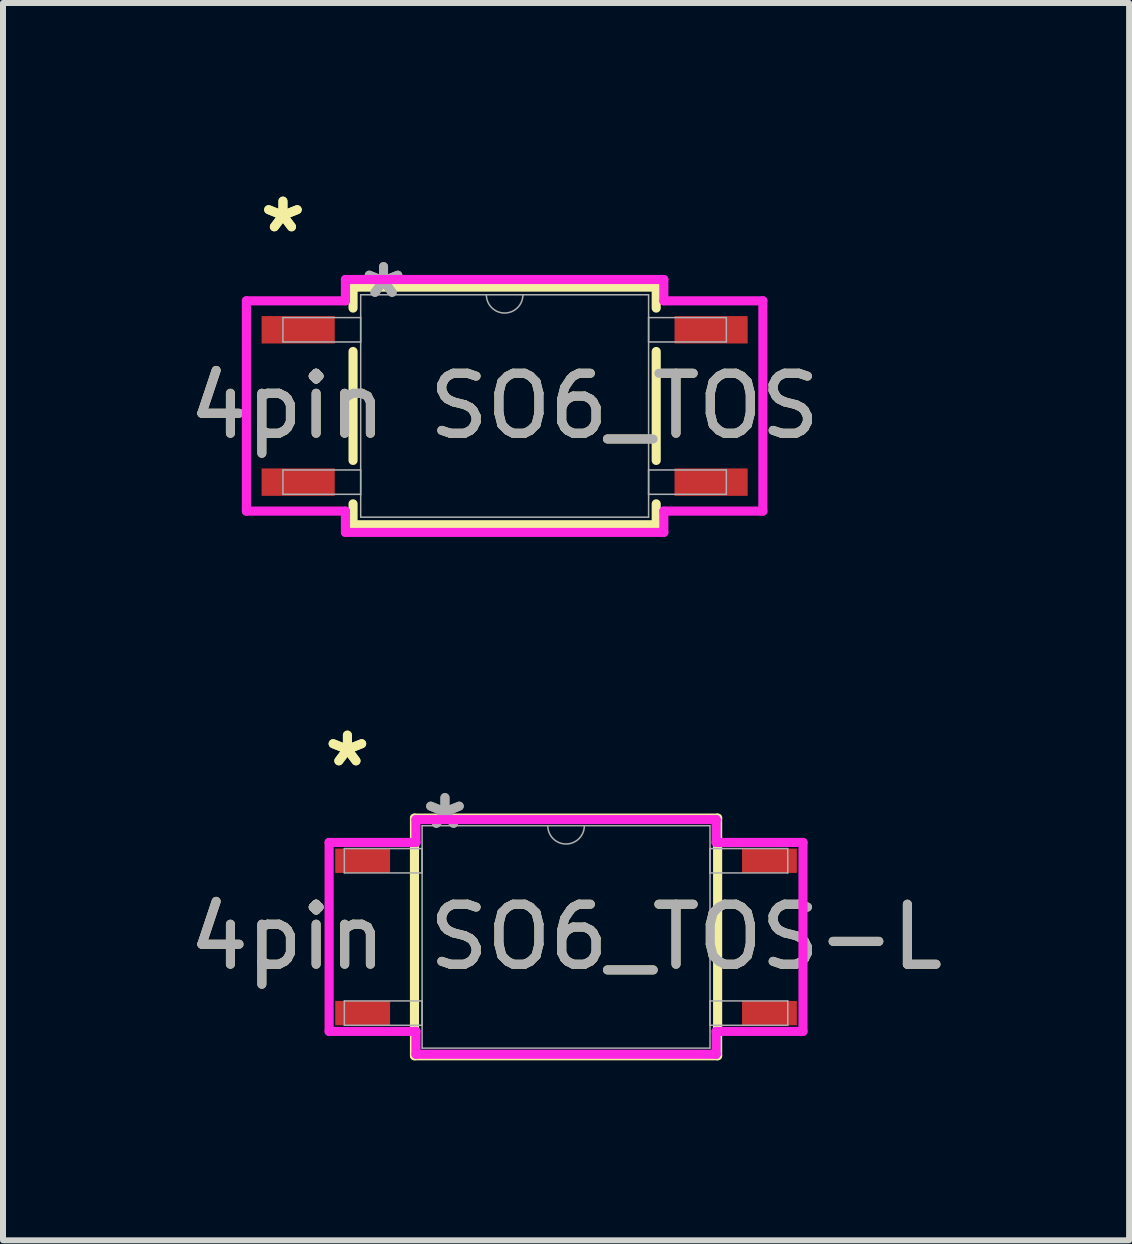
<source format=kicad_pcb>
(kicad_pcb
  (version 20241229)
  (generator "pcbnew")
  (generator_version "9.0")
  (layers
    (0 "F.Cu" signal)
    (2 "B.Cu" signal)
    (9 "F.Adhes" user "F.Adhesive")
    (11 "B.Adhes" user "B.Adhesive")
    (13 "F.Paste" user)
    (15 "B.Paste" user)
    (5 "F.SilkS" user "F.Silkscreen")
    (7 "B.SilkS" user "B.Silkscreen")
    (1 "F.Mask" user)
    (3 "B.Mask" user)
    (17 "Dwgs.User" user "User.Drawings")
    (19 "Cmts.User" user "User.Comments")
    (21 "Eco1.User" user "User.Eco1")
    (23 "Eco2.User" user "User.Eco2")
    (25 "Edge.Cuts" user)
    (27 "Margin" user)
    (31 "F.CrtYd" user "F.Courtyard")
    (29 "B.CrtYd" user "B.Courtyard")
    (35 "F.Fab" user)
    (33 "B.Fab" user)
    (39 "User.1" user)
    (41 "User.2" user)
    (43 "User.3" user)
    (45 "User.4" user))
  (footprint "4pin SO6_TOS-L"
    (layer "F.Cu")
    (at 6.387 12.57)
    (property "Reference" "4pin SO6_TOS-L" (at 0 0 0) (unlocked yes) (layer "F.SilkS") (effects (font (size 1 1) (thickness 0.15))))
    (attr smd)
    (fp_line (start -2.527 -1.981) (end -2.527 1.981) (stroke (width 0.152) (type solid)) (layer "F.SilkS"))
    (fp_line (start -2.527 1.981) (end 2.527 1.981) (stroke (width 0.152) (type solid)) (layer "F.SilkS"))
    (fp_line (start 2.527 -1.981) (end -2.527 -1.981) (stroke (width 0.152) (type solid)) (layer "F.SilkS"))
    (fp_line (start 2.527 1.981) (end 2.527 -1.981) (stroke (width 0.152) (type solid)) (layer "F.SilkS"))
    (fp_line (start -3.95 -1.575) (end -2.502 -1.575) (stroke (width 0.152) (type solid)) (layer "F.CrtYd"))
    (fp_line (start -3.95 1.575) (end -3.95 -1.575) (stroke (width 0.152) (type solid)) (layer "F.CrtYd"))
    (fp_line (start -3.95 1.575) (end -2.502 1.575) (stroke (width 0.152) (type solid)) (layer "F.CrtYd"))
    (fp_line (start -2.502 -1.956) (end 2.502 -1.956) (stroke (width 0.152) (type solid)) (layer "F.CrtYd"))
    (fp_line (start -2.502 -1.575) (end -2.502 -1.956) (stroke (width 0.152) (type solid)) (layer "F.CrtYd"))
    (fp_line (start -2.502 1.956) (end -2.502 1.575) (stroke (width 0.152) (type solid)) (layer "F.CrtYd"))
    (fp_line (start 2.502 -1.956) (end 2.502 -1.575) (stroke (width 0.152) (type solid)) (layer "F.CrtYd"))
    (fp_line (start 2.502 1.575) (end 2.502 1.956) (stroke (width 0.152) (type solid)) (layer "F.CrtYd"))
    (fp_line (start 2.502 1.956) (end -2.502 1.956) (stroke (width 0.152) (type solid)) (layer "F.CrtYd"))
    (fp_line (start 3.95 -1.575) (end 2.502 -1.575) (stroke (width 0.152) (type solid)) (layer "F.CrtYd"))
    (fp_line (start 3.95 -1.575) (end 3.95 1.575) (stroke (width 0.152) (type solid)) (layer "F.CrtYd"))
    (fp_line (start 3.95 1.575) (end 2.502 1.575) (stroke (width 0.152) (type solid)) (layer "F.CrtYd"))
    (fp_line (start -3.696 -1.473) (end -3.696 -1.067) (stroke (width 0.025) (type solid)) (layer "F.Fab"))
    (fp_line (start -3.696 -1.067) (end -2.4 -1.067) (stroke (width 0.025) (type solid)) (layer "F.Fab"))
    (fp_line (start -3.696 1.067) (end -3.696 1.473) (stroke (width 0.025) (type solid)) (layer "F.Fab"))
    (fp_line (start -3.696 1.473) (end -2.4 1.473) (stroke (width 0.025) (type solid)) (layer "F.Fab"))
    (fp_line (start -2.4 -1.854) (end -2.4 1.854) (stroke (width 0.025) (type solid)) (layer "F.Fab"))
    (fp_line (start -2.4 -1.473) (end -3.696 -1.473) (stroke (width 0.025) (type solid)) (layer "F.Fab"))
    (fp_line (start -2.4 -1.067) (end -2.4 -1.473) (stroke (width 0.025) (type solid)) (layer "F.Fab"))
    (fp_line (start -2.4 1.067) (end -3.696 1.067) (stroke (width 0.025) (type solid)) (layer "F.Fab"))
    (fp_line (start -2.4 1.473) (end -2.4 1.067) (stroke (width 0.025) (type solid)) (layer "F.Fab"))
    (fp_line (start -2.4 1.854) (end 2.4 1.854) (stroke (width 0.025) (type solid)) (layer "F.Fab"))
    (fp_line (start 2.4 -1.854) (end -2.4 -1.854) (stroke (width 0.025) (type solid)) (layer "F.Fab"))
    (fp_line (start 2.4 -1.473) (end 2.4 -1.067) (stroke (width 0.025) (type solid)) (layer "F.Fab"))
    (fp_line (start 2.4 -1.067) (end 3.696 -1.067) (stroke (width 0.025) (type solid)) (layer "F.Fab"))
    (fp_line (start 2.4 1.067) (end 2.4 1.473) (stroke (width 0.025) (type solid)) (layer "F.Fab"))
    (fp_line (start 2.4 1.473) (end 3.696 1.473) (stroke (width 0.025) (type solid)) (layer "F.Fab"))
    (fp_line (start 2.4 1.854) (end 2.4 -1.854) (stroke (width 0.025) (type solid)) (layer "F.Fab"))
    (fp_line (start 3.696 -1.473) (end 2.4 -1.473) (stroke (width 0.025) (type solid)) (layer "F.Fab"))
    (fp_line (start 3.696 -1.067) (end 3.696 -1.473) (stroke (width 0.025) (type solid)) (layer "F.Fab"))
    (fp_line (start 3.696 1.067) (end 2.4 1.067) (stroke (width 0.025) (type solid)) (layer "F.Fab"))
    (fp_line (start 3.696 1.473) (end 3.696 1.067) (stroke (width 0.025) (type solid)) (layer "F.Fab"))
    (fp_arc (start 0.3048 -1.8542) (mid 0 -1.5494) (end -0.3048 -1.8542) (stroke (width 0.0254) (type solid)) (layer "F.Fab"))
    (fp_text user "*" (at -3.645 -2.819 0) (unlocked yes) (layer "F.SilkS") (effects (font (size 1 1) (thickness 0.15))))
    (fp_text user "*" (at -3.645 -2.819 0) (layer "F.SilkS") (effects (font (size 1 1) (thickness 0.15))))
    (fp_text user "*" (at -2.019 -1.778 0) (layer "F.Fab") (effects (font (size 1 1) (thickness 0.15))))
    (fp_text user "*" (at -2.019 -1.778 0) (unlocked yes) (layer "F.Fab") (effects (font (size 1 1) (thickness 0.15))))
    (fp_text user "${REFERENCE}" (at 0 0 0) (unlocked yes) (layer "F.Fab") (effects (font (size 1 1) (thickness 0.15))))
    (pad "1" smd rect (at -3.391 -1.27) (size 0.914 0.406) (layers "F.Cu" "F.Mask" "F.Paste"))
    (pad "2" smd rect (at -3.391 1.27) (size 0.914 0.406) (layers "F.Cu" "F.Mask" "F.Paste"))
    (pad "3" smd rect (at 3.391 1.27) (size 0.914 0.406) (layers "F.Cu" "F.Mask" "F.Paste"))
    (pad "4" smd rect (at 3.391 -1.27) (size 0.914 0.406) (layers "F.Cu" "F.Mask" "F.Paste")))
  (footprint "4pin SO6_TOS"
    (layer "F.Cu")
    (at 5.363 3.718)
    (property "Reference" "4pin SO6_TOS" (at 0 0 0) (unlocked yes) (layer "F.SilkS") (effects (font (size 1 1) (thickness 0.15))))
    (attr smd)
    (fp_line (start -2.527 -1.981) (end -2.527 -1.632) (stroke (width 0.152) (type solid)) (layer "F.SilkS"))
    (fp_line (start -2.527 -0.908) (end -2.527 0.908) (stroke (width 0.152) (type solid)) (layer "F.SilkS"))
    (fp_line (start -2.527 1.632) (end -2.527 1.981) (stroke (width 0.152) (type solid)) (layer "F.SilkS"))
    (fp_line (start -2.527 1.981) (end 2.527 1.981) (stroke (width 0.152) (type solid)) (layer "F.SilkS"))
    (fp_line (start 2.527 -1.981) (end -2.527 -1.981) (stroke (width 0.152) (type solid)) (layer "F.SilkS"))
    (fp_line (start 2.527 -1.632) (end 2.527 -1.981) (stroke (width 0.152) (type solid)) (layer "F.SilkS"))
    (fp_line (start 2.527 0.908) (end 2.527 -0.908) (stroke (width 0.152) (type solid)) (layer "F.SilkS"))
    (fp_line (start 2.527 1.981) (end 2.527 1.632) (stroke (width 0.152) (type solid)) (layer "F.SilkS"))
    (fp_line (start -4.305 -1.753) (end -2.654 -1.753) (stroke (width 0.152) (type solid)) (layer "F.CrtYd"))
    (fp_line (start -4.305 1.753) (end -4.305 -1.753) (stroke (width 0.152) (type solid)) (layer "F.CrtYd"))
    (fp_line (start -4.305 1.753) (end -2.654 1.753) (stroke (width 0.152) (type solid)) (layer "F.CrtYd"))
    (fp_line (start -2.654 -2.108) (end 2.654 -2.108) (stroke (width 0.152) (type solid)) (layer "F.CrtYd"))
    (fp_line (start -2.654 -1.753) (end -2.654 -2.108) (stroke (width 0.152) (type solid)) (layer "F.CrtYd"))
    (fp_line (start -2.654 2.108) (end -2.654 1.753) (stroke (width 0.152) (type solid)) (layer "F.CrtYd"))
    (fp_line (start 2.654 -2.108) (end 2.654 -1.753) (stroke (width 0.152) (type solid)) (layer "F.CrtYd"))
    (fp_line (start 2.654 1.753) (end 2.654 2.108) (stroke (width 0.152) (type solid)) (layer "F.CrtYd"))
    (fp_line (start 2.654 2.108) (end -2.654 2.108) (stroke (width 0.152) (type solid)) (layer "F.CrtYd"))
    (fp_line (start 4.305 -1.753) (end 2.654 -1.753) (stroke (width 0.152) (type solid)) (layer "F.CrtYd"))
    (fp_line (start 4.305 -1.753) (end 4.305 1.753) (stroke (width 0.152) (type solid)) (layer "F.CrtYd"))
    (fp_line (start 4.305 1.753) (end 2.654 1.753) (stroke (width 0.152) (type solid)) (layer "F.CrtYd"))
    (fp_line (start -3.696 -1.473) (end -3.696 -1.067) (stroke (width 0.025) (type solid)) (layer "F.Fab"))
    (fp_line (start -3.696 -1.067) (end -2.4 -1.067) (stroke (width 0.025) (type solid)) (layer "F.Fab"))
    (fp_line (start -3.696 1.067) (end -3.696 1.473) (stroke (width 0.025) (type solid)) (layer "F.Fab"))
    (fp_line (start -3.696 1.473) (end -2.4 1.473) (stroke (width 0.025) (type solid)) (layer "F.Fab"))
    (fp_line (start -2.4 -1.854) (end -2.4 1.854) (stroke (width 0.025) (type solid)) (layer "F.Fab"))
    (fp_line (start -2.4 -1.473) (end -3.696 -1.473) (stroke (width 0.025) (type solid)) (layer "F.Fab"))
    (fp_line (start -2.4 -1.067) (end -2.4 -1.473) (stroke (width 0.025) (type solid)) (layer "F.Fab"))
    (fp_line (start -2.4 1.067) (end -3.696 1.067) (stroke (width 0.025) (type solid)) (layer "F.Fab"))
    (fp_line (start -2.4 1.473) (end -2.4 1.067) (stroke (width 0.025) (type solid)) (layer "F.Fab"))
    (fp_line (start -2.4 1.854) (end 2.4 1.854) (stroke (width 0.025) (type solid)) (layer "F.Fab"))
    (fp_line (start 2.4 -1.854) (end -2.4 -1.854) (stroke (width 0.025) (type solid)) (layer "F.Fab"))
    (fp_line (start 2.4 -1.473) (end 2.4 -1.067) (stroke (width 0.025) (type solid)) (layer "F.Fab"))
    (fp_line (start 2.4 -1.067) (end 3.696 -1.067) (stroke (width 0.025) (type solid)) (layer "F.Fab"))
    (fp_line (start 2.4 1.067) (end 2.4 1.473) (stroke (width 0.025) (type solid)) (layer "F.Fab"))
    (fp_line (start 2.4 1.473) (end 3.696 1.473) (stroke (width 0.025) (type solid)) (layer "F.Fab"))
    (fp_line (start 2.4 1.854) (end 2.4 -1.854) (stroke (width 0.025) (type solid)) (layer "F.Fab"))
    (fp_line (start 3.696 -1.473) (end 2.4 -1.473) (stroke (width 0.025) (type solid)) (layer "F.Fab"))
    (fp_line (start 3.696 -1.067) (end 3.696 -1.473) (stroke (width 0.025) (type solid)) (layer "F.Fab"))
    (fp_line (start 3.696 1.067) (end 2.4 1.067) (stroke (width 0.025) (type solid)) (layer "F.Fab"))
    (fp_line (start 3.696 1.473) (end 3.696 1.067) (stroke (width 0.025) (type solid)) (layer "F.Fab"))
    (fp_arc (start 0.3048 -1.8542) (mid 0 -1.5494) (end -0.3048 -1.8542) (stroke (width 0.0254) (type solid)) (layer "F.Fab"))
    (fp_text user "*" (at -3.696 -2.87 0) (layer "F.SilkS") (effects (font (size 1 1) (thickness 0.15))))
    (fp_text user "*" (at -3.696 -2.87 0) (unlocked yes) (layer "F.SilkS") (effects (font (size 1 1) (thickness 0.15))))
    (fp_text user "*" (at -2.019 -1.778 0) (unlocked yes) (layer "F.Fab") (effects (font (size 1 1) (thickness 0.15))))
    (fp_text user "*" (at -2.019 -1.778 0) (layer "F.Fab") (effects (font (size 1 1) (thickness 0.15))))
    (fp_text user "${REFERENCE}" (at 0 0 0) (unlocked yes) (layer "F.Fab") (effects (font (size 1 1) (thickness 0.15))))
    (pad "1" smd rect (at -3.442 -1.27) (size 1.219 0.457) (layers "F.Cu" "F.Mask" "F.Paste"))
    (pad "2" smd rect (at -3.442 1.27) (size 1.219 0.457) (layers "F.Cu" "F.Mask" "F.Paste"))
    (pad "3" smd rect (at 3.442 1.27) (size 1.219 0.457) (layers "F.Cu" "F.Mask" "F.Paste"))
    (pad "4" smd rect (at 3.442 -1.27) (size 1.219 0.457) (layers "F.Cu" "F.Mask" "F.Paste")))
  (gr_rect
    (start -3 -3)
    (end 15.774 17.628)
    (stroke (width 0.1) (type default))
    (fill no)
    (layer "Edge.Cuts")))
</source>
